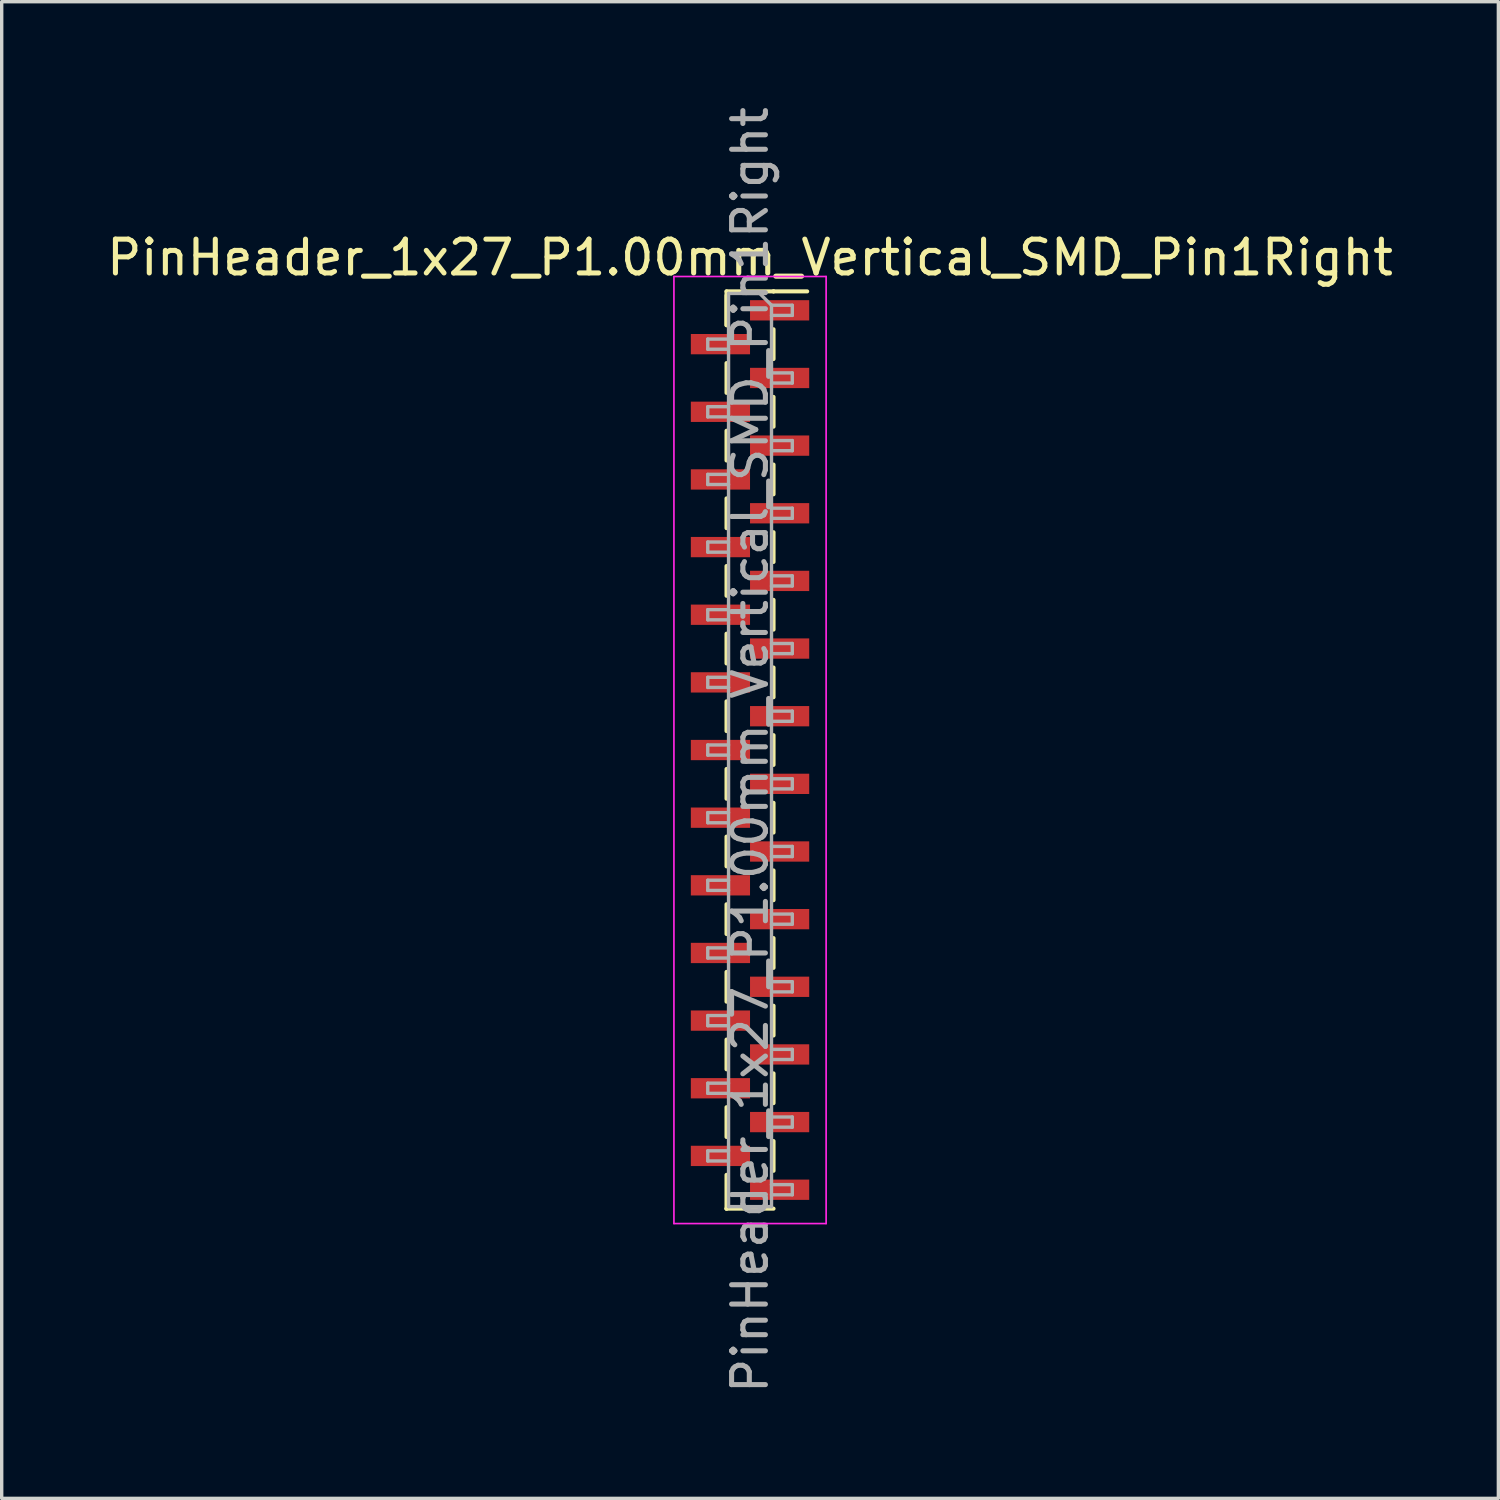
<source format=kicad_pcb>
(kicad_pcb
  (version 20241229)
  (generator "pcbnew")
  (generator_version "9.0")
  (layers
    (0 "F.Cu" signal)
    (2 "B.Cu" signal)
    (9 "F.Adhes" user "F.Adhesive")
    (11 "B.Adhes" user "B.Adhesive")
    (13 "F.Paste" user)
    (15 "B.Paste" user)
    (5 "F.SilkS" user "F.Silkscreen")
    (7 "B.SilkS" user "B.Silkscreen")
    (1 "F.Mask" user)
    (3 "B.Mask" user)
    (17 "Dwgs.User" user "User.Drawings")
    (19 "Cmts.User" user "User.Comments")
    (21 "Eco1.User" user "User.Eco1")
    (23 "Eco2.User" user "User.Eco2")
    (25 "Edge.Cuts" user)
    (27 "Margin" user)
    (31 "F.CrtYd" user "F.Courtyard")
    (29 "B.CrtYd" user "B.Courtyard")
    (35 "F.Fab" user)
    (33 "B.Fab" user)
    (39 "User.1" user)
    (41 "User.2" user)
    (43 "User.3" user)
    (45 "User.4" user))
  (footprint "PinHeader_1x27_P1.00mm_Vertical_SMD_Pin1Right"
    (layer "F.Cu")
    (at 19.125 19.125)
    (property "Reference" "PinHeader_1x27_P1.00mm_Vertical_SMD_Pin1Right" (at 0 -14.56 0) (layer "F.SilkS") (effects (font (size 1 1) (thickness 0.15))))
    (attr smd)
    (fp_line (start -0.695 -13.56) (end -0.695 -12.56) (stroke (width 0.12) (type solid)) (layer "F.SilkS"))
    (fp_line (start -0.695 -13.56) (end 0.695 -13.56) (stroke (width 0.12) (type solid)) (layer "F.SilkS"))
    (fp_line (start -0.695 -13.44) (end -0.695 -12.56) (stroke (width 0.12) (type solid)) (layer "F.SilkS"))
    (fp_line (start -0.695 -11.44) (end -0.695 -10.56) (stroke (width 0.12) (type solid)) (layer "F.SilkS"))
    (fp_line (start -0.695 -9.44) (end -0.695 -8.56) (stroke (width 0.12) (type solid)) (layer "F.SilkS"))
    (fp_line (start -0.695 -7.44) (end -0.695 -6.56) (stroke (width 0.12) (type solid)) (layer "F.SilkS"))
    (fp_line (start -0.695 -5.44) (end -0.695 -4.56) (stroke (width 0.12) (type solid)) (layer "F.SilkS"))
    (fp_line (start -0.695 -3.44) (end -0.695 -2.56) (stroke (width 0.12) (type solid)) (layer "F.SilkS"))
    (fp_line (start -0.695 -1.44) (end -0.695 -0.56) (stroke (width 0.12) (type solid)) (layer "F.SilkS"))
    (fp_line (start -0.695 0.56) (end -0.695 1.44) (stroke (width 0.12) (type solid)) (layer "F.SilkS"))
    (fp_line (start -0.695 2.56) (end -0.695 3.44) (stroke (width 0.12) (type solid)) (layer "F.SilkS"))
    (fp_line (start -0.695 4.56) (end -0.695 5.44) (stroke (width 0.12) (type solid)) (layer "F.SilkS"))
    (fp_line (start -0.695 6.56) (end -0.695 7.44) (stroke (width 0.12) (type solid)) (layer "F.SilkS"))
    (fp_line (start -0.695 8.56) (end -0.695 9.44) (stroke (width 0.12) (type solid)) (layer "F.SilkS"))
    (fp_line (start -0.695 10.56) (end -0.695 11.44) (stroke (width 0.12) (type solid)) (layer "F.SilkS"))
    (fp_line (start -0.695 12.56) (end -0.695 13.56) (stroke (width 0.12) (type solid)) (layer "F.SilkS"))
    (fp_line (start -0.695 13.56) (end -0.695 13.56) (stroke (width 0.12) (type solid)) (layer "F.SilkS"))
    (fp_line (start -0.695 13.56) (end 0.695 13.56) (stroke (width 0.12) (type solid)) (layer "F.SilkS"))
    (fp_line (start 0.695 -13.56) (end 0.695 -13.56) (stroke (width 0.12) (type solid)) (layer "F.SilkS"))
    (fp_line (start 0.695 -13.56) (end 1.69 -13.56) (stroke (width 0.12) (type solid)) (layer "F.SilkS"))
    (fp_line (start 0.695 -12.44) (end 0.695 -11.56) (stroke (width 0.12) (type solid)) (layer "F.SilkS"))
    (fp_line (start 0.695 -10.44) (end 0.695 -9.56) (stroke (width 0.12) (type solid)) (layer "F.SilkS"))
    (fp_line (start 0.695 -8.44) (end 0.695 -7.56) (stroke (width 0.12) (type solid)) (layer "F.SilkS"))
    (fp_line (start 0.695 -6.44) (end 0.695 -5.56) (stroke (width 0.12) (type solid)) (layer "F.SilkS"))
    (fp_line (start 0.695 -4.44) (end 0.695 -3.56) (stroke (width 0.12) (type solid)) (layer "F.SilkS"))
    (fp_line (start 0.695 -2.44) (end 0.695 -1.56) (stroke (width 0.12) (type solid)) (layer "F.SilkS"))
    (fp_line (start 0.695 -0.44) (end 0.695 0.44) (stroke (width 0.12) (type solid)) (layer "F.SilkS"))
    (fp_line (start 0.695 1.56) (end 0.695 2.44) (stroke (width 0.12) (type solid)) (layer "F.SilkS"))
    (fp_line (start 0.695 3.56) (end 0.695 4.44) (stroke (width 0.12) (type solid)) (layer "F.SilkS"))
    (fp_line (start 0.695 5.56) (end 0.695 6.44) (stroke (width 0.12) (type solid)) (layer "F.SilkS"))
    (fp_line (start 0.695 7.56) (end 0.695 8.44) (stroke (width 0.12) (type solid)) (layer "F.SilkS"))
    (fp_line (start 0.695 9.56) (end 0.695 10.44) (stroke (width 0.12) (type solid)) (layer "F.SilkS"))
    (fp_line (start 0.695 11.56) (end 0.695 12.44) (stroke (width 0.12) (type solid)) (layer "F.SilkS"))
    (fp_line (start -2.25 -14) (end -2.25 14) (stroke (width 0.05) (type solid)) (layer "F.CrtYd"))
    (fp_line (start -2.25 14) (end 2.25 14) (stroke (width 0.05) (type solid)) (layer "F.CrtYd"))
    (fp_line (start 2.25 -14) (end -2.25 -14) (stroke (width 0.05) (type solid)) (layer "F.CrtYd"))
    (fp_line (start 2.25 14) (end 2.25 -14) (stroke (width 0.05) (type solid)) (layer "F.CrtYd"))
    (fp_line (start -1.25 -12.15) (end -1.25 -11.85) (stroke (width 0.1) (type solid)) (layer "F.Fab"))
    (fp_line (start -1.25 -11.85) (end -0.635 -11.85) (stroke (width 0.1) (type solid)) (layer "F.Fab"))
    (fp_line (start -1.25 -10.15) (end -1.25 -9.85) (stroke (width 0.1) (type solid)) (layer "F.Fab"))
    (fp_line (start -1.25 -9.85) (end -0.635 -9.85) (stroke (width 0.1) (type solid)) (layer "F.Fab"))
    (fp_line (start -1.25 -8.15) (end -1.25 -7.85) (stroke (width 0.1) (type solid)) (layer "F.Fab"))
    (fp_line (start -1.25 -7.85) (end -0.635 -7.85) (stroke (width 0.1) (type solid)) (layer "F.Fab"))
    (fp_line (start -1.25 -6.15) (end -1.25 -5.85) (stroke (width 0.1) (type solid)) (layer "F.Fab"))
    (fp_line (start -1.25 -5.85) (end -0.635 -5.85) (stroke (width 0.1) (type solid)) (layer "F.Fab"))
    (fp_line (start -1.25 -4.15) (end -1.25 -3.85) (stroke (width 0.1) (type solid)) (layer "F.Fab"))
    (fp_line (start -1.25 -3.85) (end -0.635 -3.85) (stroke (width 0.1) (type solid)) (layer "F.Fab"))
    (fp_line (start -1.25 -2.15) (end -1.25 -1.85) (stroke (width 0.1) (type solid)) (layer "F.Fab"))
    (fp_line (start -1.25 -1.85) (end -0.635 -1.85) (stroke (width 0.1) (type solid)) (layer "F.Fab"))
    (fp_line (start -1.25 -0.15) (end -1.25 0.15) (stroke (width 0.1) (type solid)) (layer "F.Fab"))
    (fp_line (start -1.25 0.15) (end -0.635 0.15) (stroke (width 0.1) (type solid)) (layer "F.Fab"))
    (fp_line (start -1.25 1.85) (end -1.25 2.15) (stroke (width 0.1) (type solid)) (layer "F.Fab"))
    (fp_line (start -1.25 2.15) (end -0.635 2.15) (stroke (width 0.1) (type solid)) (layer "F.Fab"))
    (fp_line (start -1.25 3.85) (end -1.25 4.15) (stroke (width 0.1) (type solid)) (layer "F.Fab"))
    (fp_line (start -1.25 4.15) (end -0.635 4.15) (stroke (width 0.1) (type solid)) (layer "F.Fab"))
    (fp_line (start -1.25 5.85) (end -1.25 6.15) (stroke (width 0.1) (type solid)) (layer "F.Fab"))
    (fp_line (start -1.25 6.15) (end -0.635 6.15) (stroke (width 0.1) (type solid)) (layer "F.Fab"))
    (fp_line (start -1.25 7.85) (end -1.25 8.15) (stroke (width 0.1) (type solid)) (layer "F.Fab"))
    (fp_line (start -1.25 8.15) (end -0.635 8.15) (stroke (width 0.1) (type solid)) (layer "F.Fab"))
    (fp_line (start -1.25 9.85) (end -1.25 10.15) (stroke (width 0.1) (type solid)) (layer "F.Fab"))
    (fp_line (start -1.25 10.15) (end -0.635 10.15) (stroke (width 0.1) (type solid)) (layer "F.Fab"))
    (fp_line (start -1.25 11.85) (end -1.25 12.15) (stroke (width 0.1) (type solid)) (layer "F.Fab"))
    (fp_line (start -1.25 12.15) (end -0.635 12.15) (stroke (width 0.1) (type solid)) (layer "F.Fab"))
    (fp_line (start -0.635 -13.5) (end -0.635 13.5) (stroke (width 0.1) (type solid)) (layer "F.Fab"))
    (fp_line (start -0.635 -13.5) (end 0.285 -13.5) (stroke (width 0.1) (type solid)) (layer "F.Fab"))
    (fp_line (start -0.635 -12.15) (end -1.25 -12.15) (stroke (width 0.1) (type solid)) (layer "F.Fab"))
    (fp_line (start -0.635 -10.15) (end -1.25 -10.15) (stroke (width 0.1) (type solid)) (layer "F.Fab"))
    (fp_line (start -0.635 -8.15) (end -1.25 -8.15) (stroke (width 0.1) (type solid)) (layer "F.Fab"))
    (fp_line (start -0.635 -6.15) (end -1.25 -6.15) (stroke (width 0.1) (type solid)) (layer "F.Fab"))
    (fp_line (start -0.635 -4.15) (end -1.25 -4.15) (stroke (width 0.1) (type solid)) (layer "F.Fab"))
    (fp_line (start -0.635 -2.15) (end -1.25 -2.15) (stroke (width 0.1) (type solid)) (layer "F.Fab"))
    (fp_line (start -0.635 -0.15) (end -1.25 -0.15) (stroke (width 0.1) (type solid)) (layer "F.Fab"))
    (fp_line (start -0.635 1.85) (end -1.25 1.85) (stroke (width 0.1) (type solid)) (layer "F.Fab"))
    (fp_line (start -0.635 3.85) (end -1.25 3.85) (stroke (width 0.1) (type solid)) (layer "F.Fab"))
    (fp_line (start -0.635 5.85) (end -1.25 5.85) (stroke (width 0.1) (type solid)) (layer "F.Fab"))
    (fp_line (start -0.635 7.85) (end -1.25 7.85) (stroke (width 0.1) (type solid)) (layer "F.Fab"))
    (fp_line (start -0.635 9.85) (end -1.25 9.85) (stroke (width 0.1) (type solid)) (layer "F.Fab"))
    (fp_line (start -0.635 11.85) (end -1.25 11.85) (stroke (width 0.1) (type solid)) (layer "F.Fab"))
    (fp_line (start 0.635 -13.15) (end 0.285 -13.5) (stroke (width 0.1) (type solid)) (layer "F.Fab"))
    (fp_line (start 0.635 -13.15) (end 1.25 -13.15) (stroke (width 0.1) (type solid)) (layer "F.Fab"))
    (fp_line (start 0.635 -11.15) (end 1.25 -11.15) (stroke (width 0.1) (type solid)) (layer "F.Fab"))
    (fp_line (start 0.635 -9.15) (end 1.25 -9.15) (stroke (width 0.1) (type solid)) (layer "F.Fab"))
    (fp_line (start 0.635 -7.15) (end 1.25 -7.15) (stroke (width 0.1) (type solid)) (layer "F.Fab"))
    (fp_line (start 0.635 -5.15) (end 1.25 -5.15) (stroke (width 0.1) (type solid)) (layer "F.Fab"))
    (fp_line (start 0.635 -3.15) (end 1.25 -3.15) (stroke (width 0.1) (type solid)) (layer "F.Fab"))
    (fp_line (start 0.635 -1.15) (end 1.25 -1.15) (stroke (width 0.1) (type solid)) (layer "F.Fab"))
    (fp_line (start 0.635 0.85) (end 1.25 0.85) (stroke (width 0.1) (type solid)) (layer "F.Fab"))
    (fp_line (start 0.635 2.85) (end 1.25 2.85) (stroke (width 0.1) (type solid)) (layer "F.Fab"))
    (fp_line (start 0.635 4.85) (end 1.25 4.85) (stroke (width 0.1) (type solid)) (layer "F.Fab"))
    (fp_line (start 0.635 6.85) (end 1.25 6.85) (stroke (width 0.1) (type solid)) (layer "F.Fab"))
    (fp_line (start 0.635 8.85) (end 1.25 8.85) (stroke (width 0.1) (type solid)) (layer "F.Fab"))
    (fp_line (start 0.635 10.85) (end 1.25 10.85) (stroke (width 0.1) (type solid)) (layer "F.Fab"))
    (fp_line (start 0.635 12.85) (end 1.25 12.85) (stroke (width 0.1) (type solid)) (layer "F.Fab"))
    (fp_line (start 0.635 13.5) (end -0.635 13.5) (stroke (width 0.1) (type solid)) (layer "F.Fab"))
    (fp_line (start 0.635 13.5) (end 0.635 -13.15) (stroke (width 0.1) (type solid)) (layer "F.Fab"))
    (fp_line (start 1.25 -13.15) (end 1.25 -12.85) (stroke (width 0.1) (type solid)) (layer "F.Fab"))
    (fp_line (start 1.25 -12.85) (end 0.635 -12.85) (stroke (width 0.1) (type solid)) (layer "F.Fab"))
    (fp_line (start 1.25 -11.15) (end 1.25 -10.85) (stroke (width 0.1) (type solid)) (layer "F.Fab"))
    (fp_line (start 1.25 -10.85) (end 0.635 -10.85) (stroke (width 0.1) (type solid)) (layer "F.Fab"))
    (fp_line (start 1.25 -9.15) (end 1.25 -8.85) (stroke (width 0.1) (type solid)) (layer "F.Fab"))
    (fp_line (start 1.25 -8.85) (end 0.635 -8.85) (stroke (width 0.1) (type solid)) (layer "F.Fab"))
    (fp_line (start 1.25 -7.15) (end 1.25 -6.85) (stroke (width 0.1) (type solid)) (layer "F.Fab"))
    (fp_line (start 1.25 -6.85) (end 0.635 -6.85) (stroke (width 0.1) (type solid)) (layer "F.Fab"))
    (fp_line (start 1.25 -5.15) (end 1.25 -4.85) (stroke (width 0.1) (type solid)) (layer "F.Fab"))
    (fp_line (start 1.25 -4.85) (end 0.635 -4.85) (stroke (width 0.1) (type solid)) (layer "F.Fab"))
    (fp_line (start 1.25 -3.15) (end 1.25 -2.85) (stroke (width 0.1) (type solid)) (layer "F.Fab"))
    (fp_line (start 1.25 -2.85) (end 0.635 -2.85) (stroke (width 0.1) (type solid)) (layer "F.Fab"))
    (fp_line (start 1.25 -1.15) (end 1.25 -0.85) (stroke (width 0.1) (type solid)) (layer "F.Fab"))
    (fp_line (start 1.25 -0.85) (end 0.635 -0.85) (stroke (width 0.1) (type solid)) (layer "F.Fab"))
    (fp_line (start 1.25 0.85) (end 1.25 1.15) (stroke (width 0.1) (type solid)) (layer "F.Fab"))
    (fp_line (start 1.25 1.15) (end 0.635 1.15) (stroke (width 0.1) (type solid)) (layer "F.Fab"))
    (fp_line (start 1.25 2.85) (end 1.25 3.15) (stroke (width 0.1) (type solid)) (layer "F.Fab"))
    (fp_line (start 1.25 3.15) (end 0.635 3.15) (stroke (width 0.1) (type solid)) (layer "F.Fab"))
    (fp_line (start 1.25 4.85) (end 1.25 5.15) (stroke (width 0.1) (type solid)) (layer "F.Fab"))
    (fp_line (start 1.25 5.15) (end 0.635 5.15) (stroke (width 0.1) (type solid)) (layer "F.Fab"))
    (fp_line (start 1.25 6.85) (end 1.25 7.15) (stroke (width 0.1) (type solid)) (layer "F.Fab"))
    (fp_line (start 1.25 7.15) (end 0.635 7.15) (stroke (width 0.1) (type solid)) (layer "F.Fab"))
    (fp_line (start 1.25 8.85) (end 1.25 9.15) (stroke (width 0.1) (type solid)) (layer "F.Fab"))
    (fp_line (start 1.25 9.15) (end 0.635 9.15) (stroke (width 0.1) (type solid)) (layer "F.Fab"))
    (fp_line (start 1.25 10.85) (end 1.25 11.15) (stroke (width 0.1) (type solid)) (layer "F.Fab"))
    (fp_line (start 1.25 11.15) (end 0.635 11.15) (stroke (width 0.1) (type solid)) (layer "F.Fab"))
    (fp_line (start 1.25 12.85) (end 1.25 13.15) (stroke (width 0.1) (type solid)) (layer "F.Fab"))
    (fp_line (start 1.25 13.15) (end 0.635 13.15) (stroke (width 0.1) (type solid)) (layer "F.Fab"))
    (fp_text user "${REFERENCE}" (at 0 0 90) (layer "F.Fab") (effects (font (size 1 1) (thickness 0.15))))
    (pad "1" smd rect (at 0.875 -13) (size 1.75 0.6) (layers "F.Cu" "F.Mask" "F.Paste"))
    (pad "2" smd rect (at -0.875 -12) (size 1.75 0.6) (layers "F.Cu" "F.Mask" "F.Paste"))
    (pad "3" smd rect (at 0.875 -11) (size 1.75 0.6) (layers "F.Cu" "F.Mask" "F.Paste"))
    (pad "4" smd rect (at -0.875 -10) (size 1.75 0.6) (layers "F.Cu" "F.Mask" "F.Paste"))
    (pad "5" smd rect (at 0.875 -9) (size 1.75 0.6) (layers "F.Cu" "F.Mask" "F.Paste"))
    (pad "6" smd rect (at -0.875 -8) (size 1.75 0.6) (layers "F.Cu" "F.Mask" "F.Paste"))
    (pad "7" smd rect (at 0.875 -7) (size 1.75 0.6) (layers "F.Cu" "F.Mask" "F.Paste"))
    (pad "8" smd rect (at -0.875 -6) (size 1.75 0.6) (layers "F.Cu" "F.Mask" "F.Paste"))
    (pad "9" smd rect (at 0.875 -5) (size 1.75 0.6) (layers "F.Cu" "F.Mask" "F.Paste"))
    (pad "10" smd rect (at -0.875 -4) (size 1.75 0.6) (layers "F.Cu" "F.Mask" "F.Paste"))
    (pad "11" smd rect (at 0.875 -3) (size 1.75 0.6) (layers "F.Cu" "F.Mask" "F.Paste"))
    (pad "12" smd rect (at -0.875 -2) (size 1.75 0.6) (layers "F.Cu" "F.Mask" "F.Paste"))
    (pad "13" smd rect (at 0.875 -1) (size 1.75 0.6) (layers "F.Cu" "F.Mask" "F.Paste"))
    (pad "14" smd rect (at -0.875 0) (size 1.75 0.6) (layers "F.Cu" "F.Mask" "F.Paste"))
    (pad "15" smd rect (at 0.875 1) (size 1.75 0.6) (layers "F.Cu" "F.Mask" "F.Paste"))
    (pad "16" smd rect (at -0.875 2) (size 1.75 0.6) (layers "F.Cu" "F.Mask" "F.Paste"))
    (pad "17" smd rect (at 0.875 3) (size 1.75 0.6) (layers "F.Cu" "F.Mask" "F.Paste"))
    (pad "18" smd rect (at -0.875 4) (size 1.75 0.6) (layers "F.Cu" "F.Mask" "F.Paste"))
    (pad "19" smd rect (at 0.875 5) (size 1.75 0.6) (layers "F.Cu" "F.Mask" "F.Paste"))
    (pad "20" smd rect (at -0.875 6) (size 1.75 0.6) (layers "F.Cu" "F.Mask" "F.Paste"))
    (pad "21" smd rect (at 0.875 7) (size 1.75 0.6) (layers "F.Cu" "F.Mask" "F.Paste"))
    (pad "22" smd rect (at -0.875 8) (size 1.75 0.6) (layers "F.Cu" "F.Mask" "F.Paste"))
    (pad "23" smd rect (at 0.875 9) (size 1.75 0.6) (layers "F.Cu" "F.Mask" "F.Paste"))
    (pad "24" smd rect (at -0.875 10) (size 1.75 0.6) (layers "F.Cu" "F.Mask" "F.Paste"))
    (pad "25" smd rect (at 0.875 11) (size 1.75 0.6) (layers "F.Cu" "F.Mask" "F.Paste"))
    (pad "26" smd rect (at -0.875 12) (size 1.75 0.6) (layers "F.Cu" "F.Mask" "F.Paste"))
    (pad "27" smd rect (at 0.875 13) (size 1.75 0.6) (layers "F.Cu" "F.Mask" "F.Paste")))
  (gr_rect
    (start -3 -3)
    (end 41.25 41.25)
    (stroke (width 0.1) (type default))
    (fill no)
    (layer "Edge.Cuts")))
</source>
